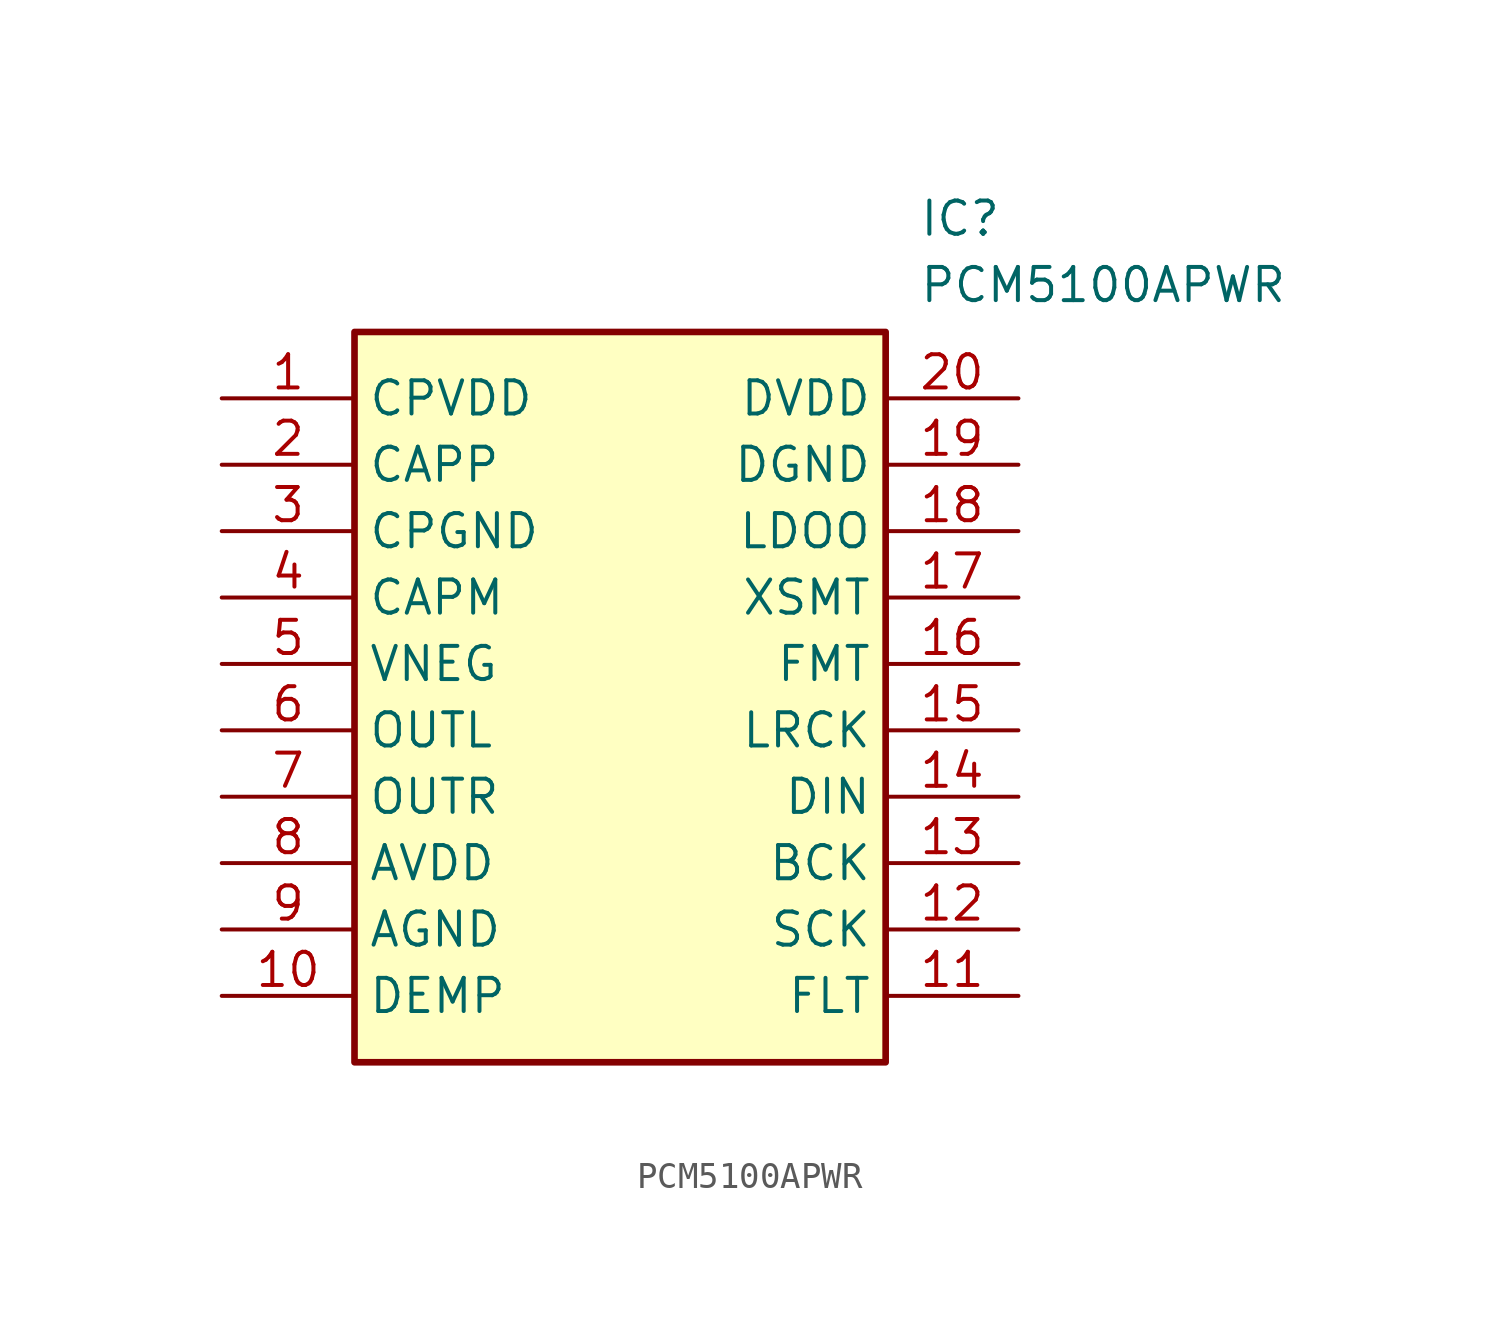
<source format=kicad_sym>
(kicad_symbol_lib
  (version 20211014)
  (generator SamacSys_ECAD_Model)
  (symbol "PCM5100APWR"
    (property "Reference" "IC"
      (at 26.67 7.62 0)
      (effects (font (size 1.27 1.27)) (justify left top)))
    (property "Value" "PCM5100APWR"
      (at 26.67 5.08 0)
      (effects (font (size 1.27 1.27)) (justify left top)))
    (rectangle
      (start 5.08 2.54)
      (end 25.4 -25.4)
      (stroke (width 0.254) (type default))
      (fill (type background)))
    (pin passive line
      (at 0 0 0)
      (length 5.08)
      (name "CPVDD" (effects (font (size 1.27 1.27))))
      (number "1" (effects (font (size 1.27 1.27)))))
    (pin passive line
      (at 0 -2.54 0)
      (length 5.08)
      (name "CAPP" (effects (font (size 1.27 1.27))))
      (number "2" (effects (font (size 1.27 1.27)))))
    (pin passive line
      (at 0 -5.08 0)
      (length 5.08)
      (name "CPGND" (effects (font (size 1.27 1.27))))
      (number "3" (effects (font (size 1.27 1.27)))))
    (pin passive line
      (at 0 -7.62 0)
      (length 5.08)
      (name "CAPM" (effects (font (size 1.27 1.27))))
      (number "4" (effects (font (size 1.27 1.27)))))
    (pin passive line
      (at 0 -10.16 0)
      (length 5.08)
      (name "VNEG" (effects (font (size 1.27 1.27))))
      (number "5" (effects (font (size 1.27 1.27)))))
    (pin passive line
      (at 0 -12.7 0)
      (length 5.08)
      (name "OUTL" (effects (font (size 1.27 1.27))))
      (number "6" (effects (font (size 1.27 1.27)))))
    (pin passive line
      (at 0 -15.24 0)
      (length 5.08)
      (name "OUTR" (effects (font (size 1.27 1.27))))
      (number "7" (effects (font (size 1.27 1.27)))))
    (pin passive line
      (at 0 -17.78 0)
      (length 5.08)
      (name "AVDD" (effects (font (size 1.27 1.27))))
      (number "8" (effects (font (size 1.27 1.27)))))
    (pin passive line
      (at 0 -20.32 0)
      (length 5.08)
      (name "AGND" (effects (font (size 1.27 1.27))))
      (number "9" (effects (font (size 1.27 1.27)))))
    (pin passive line
      (at 0 -22.86 0)
      (length 5.08)
      (name "DEMP" (effects (font (size 1.27 1.27))))
      (number "10" (effects (font (size 1.27 1.27)))))
    (pin passive line
      (at 30.48 0 180)
      (length 5.08)
      (name "DVDD" (effects (font (size 1.27 1.27))))
      (number "20" (effects (font (size 1.27 1.27)))))
    (pin passive line
      (at 30.48 -2.54 180)
      (length 5.08)
      (name "DGND" (effects (font (size 1.27 1.27))))
      (number "19" (effects (font (size 1.27 1.27)))))
    (pin passive line
      (at 30.48 -5.08 180)
      (length 5.08)
      (name "LDOO" (effects (font (size 1.27 1.27))))
      (number "18" (effects (font (size 1.27 1.27)))))
    (pin passive line
      (at 30.48 -7.62 180)
      (length 5.08)
      (name "XSMT" (effects (font (size 1.27 1.27))))
      (number "17" (effects (font (size 1.27 1.27)))))
    (pin passive line
      (at 30.48 -10.16 180)
      (length 5.08)
      (name "FMT" (effects (font (size 1.27 1.27))))
      (number "16" (effects (font (size 1.27 1.27)))))
    (pin passive line
      (at 30.48 -12.7 180)
      (length 5.08)
      (name "LRCK" (effects (font (size 1.27 1.27))))
      (number "15" (effects (font (size 1.27 1.27)))))
    (pin passive line
      (at 30.48 -15.24 180)
      (length 5.08)
      (name "DIN" (effects (font (size 1.27 1.27))))
      (number "14" (effects (font (size 1.27 1.27)))))
    (pin passive line
      (at 30.48 -17.78 180)
      (length 5.08)
      (name "BCK" (effects (font (size 1.27 1.27))))
      (number "13" (effects (font (size 1.27 1.27)))))
    (pin passive line
      (at 30.48 -20.32 180)
      (length 5.08)
      (name "SCK" (effects (font (size 1.27 1.27))))
      (number "12" (effects (font (size 1.27 1.27)))))
    (pin passive line
      (at 30.48 -22.86 180)
      (length 5.08)
      (name "FLT" (effects (font (size 1.27 1.27))))
      (number "11" (effects (font (size 1.27 1.27)))))))
</source>
